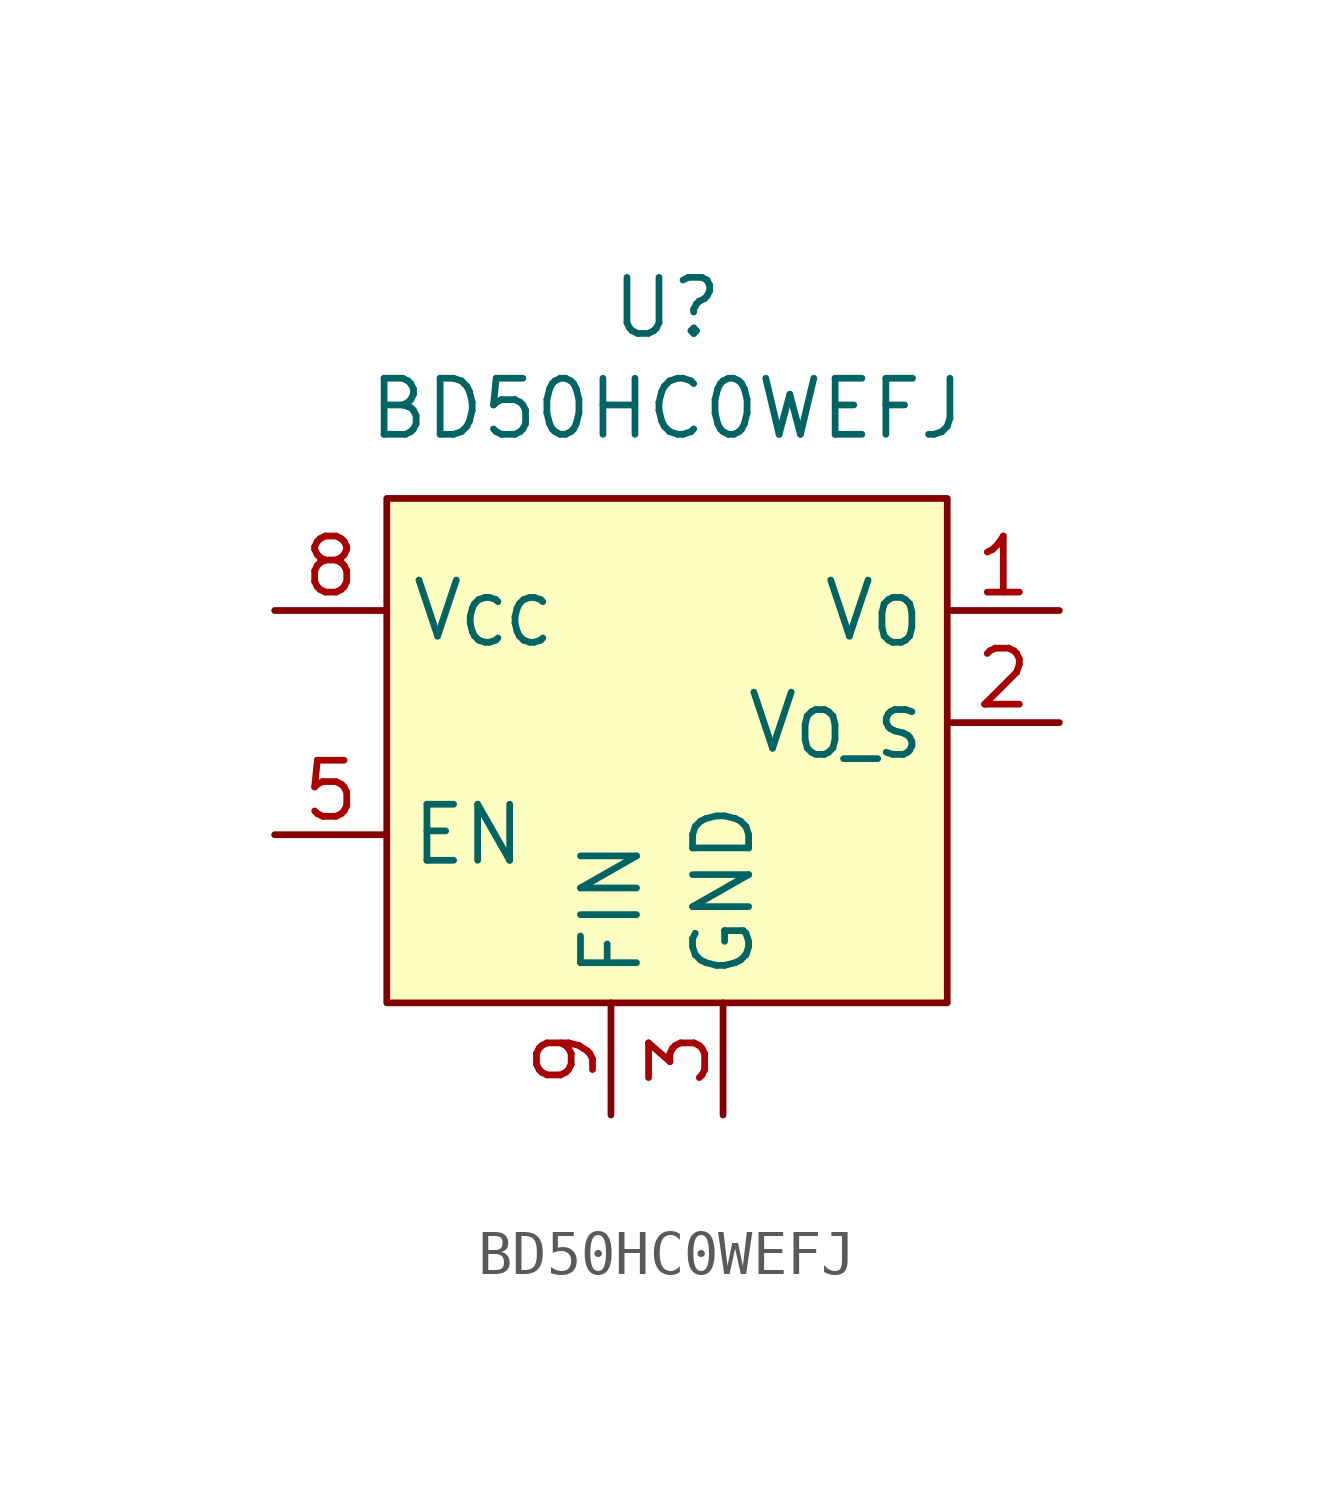
<source format=kicad_sym>
(kicad_symbol_lib
  (version 20241209)
  (generator "kicad_symbol_editor")
  (generator_version "9.0")
  (symbol "BD50HC0WEFJ"
    (property "Reference" "U"
      (at 0 6.858 0)
      (effects (font (size 1.27 1.27))))
    (property "Value" "BD50HC0WEFJ"
      (at 0 4.572 0)
      (effects (font (size 1.27 1.27))))
    (symbol "BD50HC0WEFJ_1_1"
      (rectangle (start -6.35 2.54) (end 6.35 -8.89) (stroke (width 0) (type solid)) (fill (type background)))
      (pin power_in line (at -8.89 0 0) (length 2.54) (name "V_{CC}" (effects (font (size 1.27 1.27)))) (number "8" (effects (font (size 1.27 1.27)))))
      (pin input line (at -8.89 -5.08 0) (length 2.54) (name "EN" (effects (font (size 1.27 1.27)))) (number "5" (effects (font (size 1.27 1.27)))))
      (pin power_out line (at -1.27 -11.43 90) (length 2.54) (name "FIN" (effects (font (size 1.27 1.27)))) (number "9" (effects (font (size 1.27 1.27)))))
      (pin power_out line (at 1.27 -11.43 90) (length 2.54) (name "GND" (effects (font (size 1.27 1.27)))) (number "3" (effects (font (size 1.27 1.27)))))
      (pin power_out line (at 8.89 0 180) (length 2.54) (name "V_{O}" (effects (font (size 1.27 1.27)))) (number "1" (effects (font (size 1.27 1.27)))))
      (pin power_out line (at 8.89 -2.54 180) (length 2.54) (name "V_{O_S}" (effects (font (size 1.27 1.27)))) (number "2" (effects (font (size 1.27 1.27)))))
      (pin no_connect line (at 8.89 -5.08 180) (length 2.54) (hide yes) (name "N.C." (effects (font (size 1.27 1.27)))) (number "4" (effects (font (size 1.27 1.27)))))
      (pin no_connect line (at 8.89 -5.08 180) (length 2.54) (hide yes) (name "N.C." (effects (font (size 1.27 1.27)))) (number "6" (effects (font (size 1.27 1.27)))))
      (pin no_connect line (at 8.89 -5.08 180) (length 2.54) (hide yes) (name "N.C." (effects (font (size 1.27 1.27)))) (number "7" (effects (font (size 1.27 1.27))))))))
</source>
